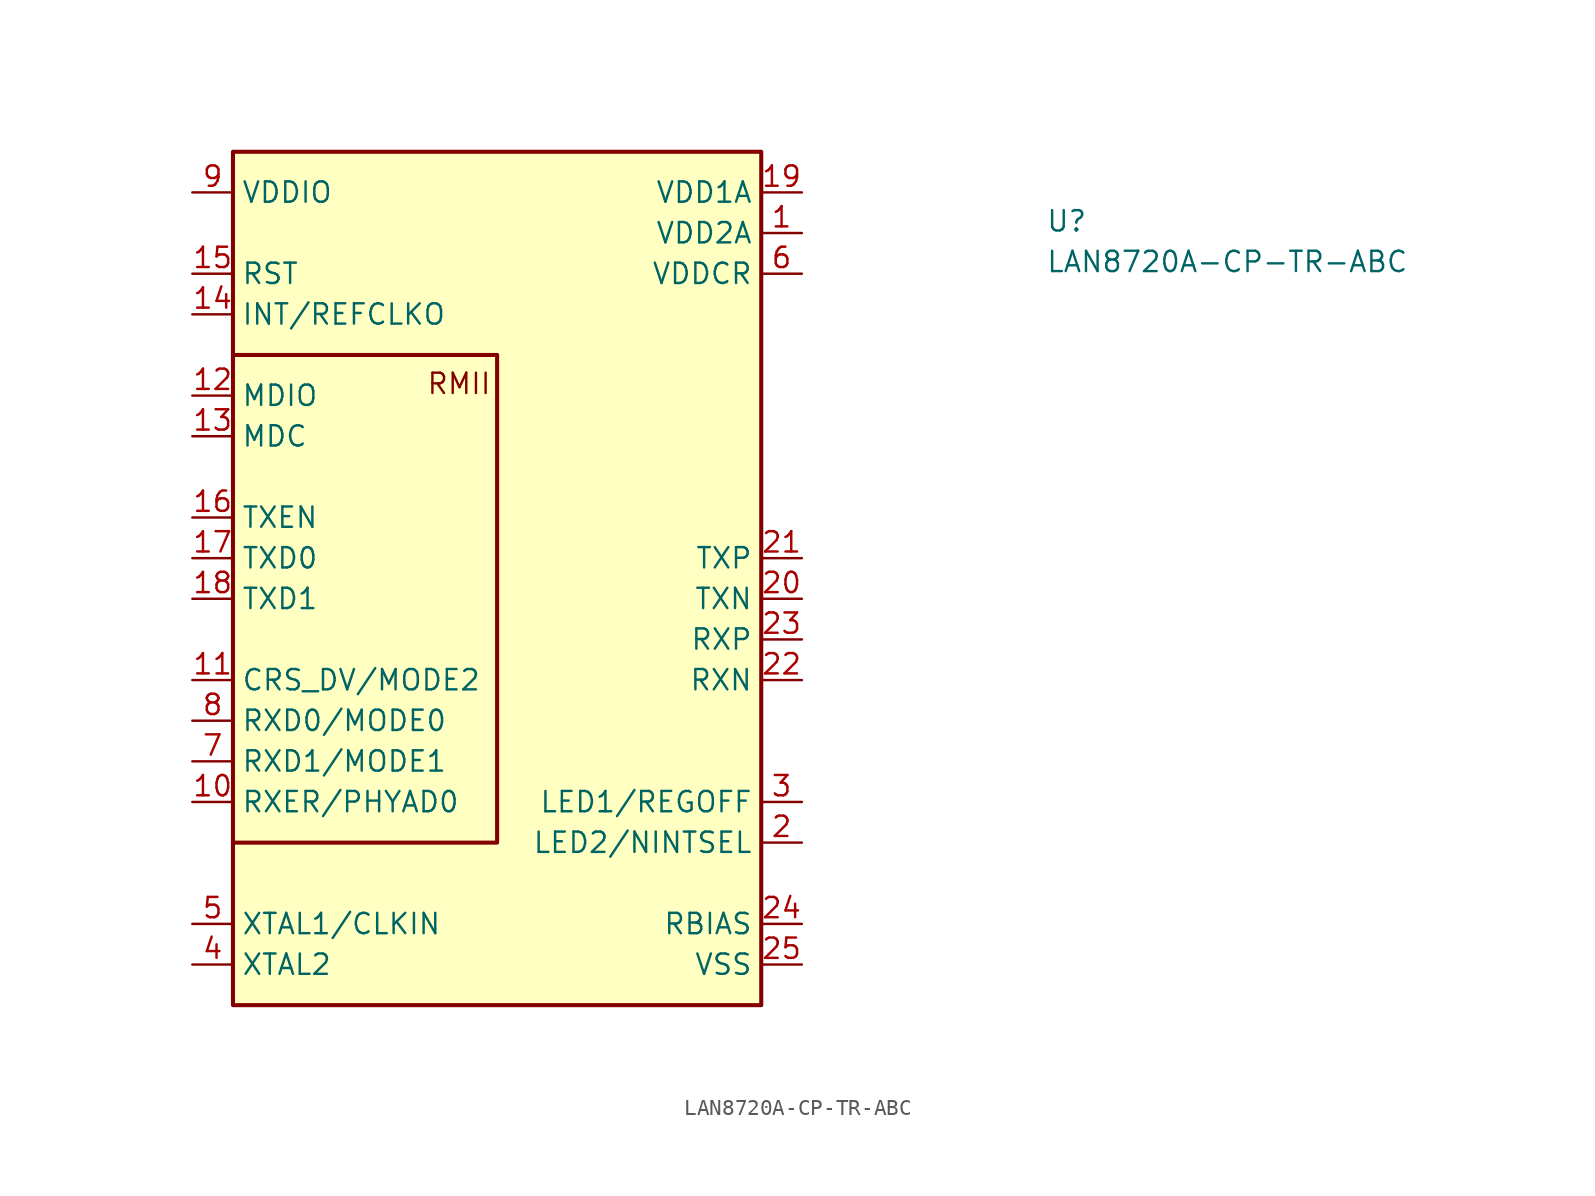
<source format=kicad_sym>
(kicad_symbol_lib
  (version 20211014)
  (generator kicad_symbol_editor)
  (symbol "LAN8720A-CP-TR-ABC"
    (property "Reference" "U"
      (at 53.34 -2.54 0)
      (effects (font (size 1.27 1.27) (thickness 0.15)) (justify left bottom)))
    (property "Value" "LAN8720A-CP-TR-ABC"
      (at 53.34 -5.08 0)
      (effects (font (size 1.27 1.27) (thickness 0.15)) (justify left bottom)))
    (symbol "LAN8720A-CP-TR-ABC_1_1"
      (polyline (pts (xy 2.54 -40.64) (xy 19.05 -40.64) (xy 19.05 -10.16) (xy 2.54 -10.16)) (stroke (width 0.254) (type default) (color 0 0 0 0)) (fill (type background)))
      (rectangle (start 2.54 2.54) (end 35.56 -50.8) (stroke (width 0.254) (type default) (color 0 0 0 0)) (fill (type background)))
      (text "RMII" (at 14.605 -12.7 0) (effects (font (size 1.27 1.27) (thickness 0.15)) (justify left bottom)))
      (pin power_in line (at 38.1 -2.54 180) (length 2.54) (name "VDD2A" (effects (font (size 1.27 1.27)))) (number "1" (effects (font (size 1.27 1.27)))))
      (pin output line (at 0 -38.1 0) (length 2.54) (name "RXER/PHYAD0" (effects (font (size 1.27 1.27)))) (number "10" (effects (font (size 1.27 1.27)))))
      (pin output line (at 0 -30.48 0) (length 2.54) (name "CRS_DV/MODE2" (effects (font (size 1.27 1.27)))) (number "11" (effects (font (size 1.27 1.27)))))
      (pin bidirectional line (at 0 -12.7 0) (length 2.54) (name "MDIO" (effects (font (size 1.27 1.27)))) (number "12" (effects (font (size 1.27 1.27)))))
      (pin input line (at 0 -15.24 0) (length 2.54) (name "MDC" (effects (font (size 1.27 1.27)))) (number "13" (effects (font (size 1.27 1.27)))))
      (pin output line (at 0 -7.62 0) (length 2.54) (name "INT/REFCLKO" (effects (font (size 1.27 1.27)))) (number "14" (effects (font (size 1.27 1.27)))))
      (pin input line (at 0 -5.08 0) (length 2.54) (name "RST" (effects (font (size 1.27 1.27)))) (number "15" (effects (font (size 1.27 1.27)))))
      (pin input line (at 0 -20.32 0) (length 2.54) (name "TXEN" (effects (font (size 1.27 1.27)))) (number "16" (effects (font (size 1.27 1.27)))))
      (pin input line (at 0 -22.86 0) (length 2.54) (name "TXD0" (effects (font (size 1.27 1.27)))) (number "17" (effects (font (size 1.27 1.27)))))
      (pin input line (at 0 -25.4 0) (length 2.54) (name "TXD1" (effects (font (size 1.27 1.27)))) (number "18" (effects (font (size 1.27 1.27)))))
      (pin power_in line (at 38.1 0 180) (length 2.54) (name "VDD1A" (effects (font (size 1.27 1.27)))) (number "19" (effects (font (size 1.27 1.27)))))
      (pin bidirectional line (at 38.1 -40.64 180) (length 2.54) (name "LED2/NINTSEL" (effects (font (size 1.27 1.27)))) (number "2" (effects (font (size 1.27 1.27)))))
      (pin output line (at 38.1 -25.4 180) (length 2.54) (name "TXN" (effects (font (size 1.27 1.27)))) (number "20" (effects (font (size 1.27 1.27)))))
      (pin output line (at 38.1 -22.86 180) (length 2.54) (name "TXP" (effects (font (size 1.27 1.27)))) (number "21" (effects (font (size 1.27 1.27)))))
      (pin output line (at 38.1 -30.48 180) (length 2.54) (name "RXN" (effects (font (size 1.27 1.27)))) (number "22" (effects (font (size 1.27 1.27)))))
      (pin output line (at 38.1 -27.94 180) (length 2.54) (name "RXP" (effects (font (size 1.27 1.27)))) (number "23" (effects (font (size 1.27 1.27)))))
      (pin input line (at 38.1 -45.72 180) (length 2.54) (name "RBIAS" (effects (font (size 1.27 1.27)))) (number "24" (effects (font (size 1.27 1.27)))))
      (pin power_in line (at 38.1 -48.26 180) (length 2.54) (name "VSS" (effects (font (size 1.27 1.27)))) (number "25" (effects (font (size 1.27 1.27)))))
      (pin bidirectional line (at 38.1 -38.1 180) (length 2.54) (name "LED1/REGOFF" (effects (font (size 1.27 1.27)))) (number "3" (effects (font (size 1.27 1.27)))))
      (pin passive line (at 0 -48.26 0) (length 2.54) (name "XTAL2" (effects (font (size 1.27 1.27)))) (number "4" (effects (font (size 1.27 1.27)))))
      (pin passive line (at 0 -45.72 0) (length 2.54) (name "XTAL1/CLKIN" (effects (font (size 1.27 1.27)))) (number "5" (effects (font (size 1.27 1.27)))))
      (pin power_in line (at 38.1 -5.08 180) (length 2.54) (name "VDDCR" (effects (font (size 1.27 1.27)))) (number "6" (effects (font (size 1.27 1.27)))))
      (pin output line (at 0 -35.56 0) (length 2.54) (name "RXD1/MODE1" (effects (font (size 1.27 1.27)))) (number "7" (effects (font (size 1.27 1.27)))))
      (pin output line (at 0 -33.02 0) (length 2.54) (name "RXD0/MODE0" (effects (font (size 1.27 1.27)))) (number "8" (effects (font (size 1.27 1.27)))))
      (pin power_in line (at 0 0 0) (length 2.54) (name "VDDIO" (effects (font (size 1.27 1.27)))) (number "9" (effects (font (size 1.27 1.27))))))))
</source>
